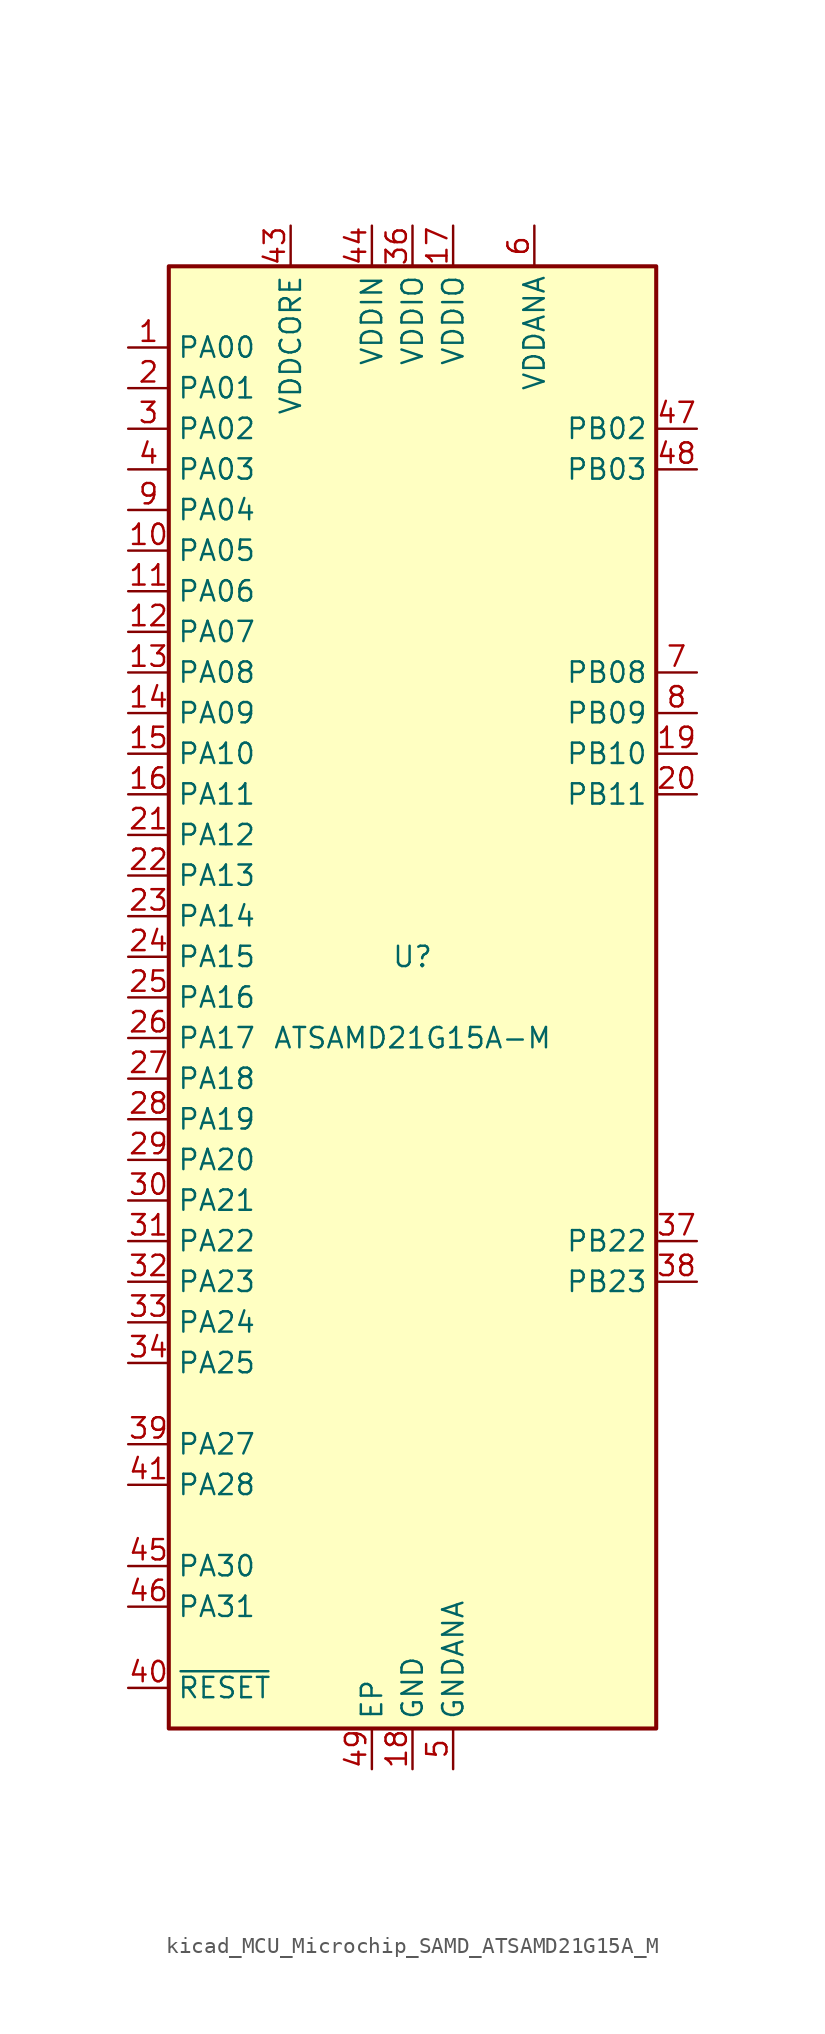
<source format=kicad_sym>
(kicad_symbol_lib
  (version 20220914)
  (generator kicad_symbol_editor)
  (symbol "kicad_MCU_Microchip_SAMD_ATSAMD21G15A_M"
    (property "Reference" "U"
      (at 0 2.54 0)
      (effects (font (size 1.27 1.27))))
    (property "Value" "ATSAMD21G15A-M"
      (at 0 -2.54 0)
      (effects (font (size 1.27 1.27))))
    (symbol "kicad_MCU_Microchip_SAMD_ATSAMD21G15A_M_0_1"
      (rectangle (start -15.24 45.72) (end 15.24 -45.72) (stroke (width 0.254) (type default)) (fill (type background))))
    (symbol "kicad_MCU_Microchip_SAMD_ATSAMD21G15A_M_1_1"
      (pin bidirectional line (at -17.78 40.64 0) (length 2.54) (name "PA00" (effects (font (size 1.27 1.27)))) (number "1" (effects (font (size 1.27 1.27)))))
      (pin bidirectional line (at -17.78 27.94 0) (length 2.54) (name "PA05" (effects (font (size 1.27 1.27)))) (number "10" (effects (font (size 1.27 1.27)))))
      (pin bidirectional line (at -17.78 25.4 0) (length 2.54) (name "PA06" (effects (font (size 1.27 1.27)))) (number "11" (effects (font (size 1.27 1.27)))))
      (pin bidirectional line (at -17.78 22.86 0) (length 2.54) (name "PA07" (effects (font (size 1.27 1.27)))) (number "12" (effects (font (size 1.27 1.27)))))
      (pin bidirectional line (at -17.78 20.32 0) (length 2.54) (name "PA08" (effects (font (size 1.27 1.27)))) (number "13" (effects (font (size 1.27 1.27)))))
      (pin bidirectional line (at -17.78 17.78 0) (length 2.54) (name "PA09" (effects (font (size 1.27 1.27)))) (number "14" (effects (font (size 1.27 1.27)))))
      (pin bidirectional line (at -17.78 15.24 0) (length 2.54) (name "PA10" (effects (font (size 1.27 1.27)))) (number "15" (effects (font (size 1.27 1.27)))))
      (pin bidirectional line (at -17.78 12.7 0) (length 2.54) (name "PA11" (effects (font (size 1.27 1.27)))) (number "16" (effects (font (size 1.27 1.27)))))
      (pin power_in line (at 2.54 48.26 270) (length 2.54) (name "VDDIO" (effects (font (size 1.27 1.27)))) (number "17" (effects (font (size 1.27 1.27)))))
      (pin power_in line (at 0 -48.26 90) (length 2.54) (name "GND" (effects (font (size 1.27 1.27)))) (number "18" (effects (font (size 1.27 1.27)))))
      (pin bidirectional line (at 17.78 15.24 180) (length 2.54) (name "PB10" (effects (font (size 1.27 1.27)))) (number "19" (effects (font (size 1.27 1.27)))))
      (pin bidirectional line (at -17.78 38.1 0) (length 2.54) (name "PA01" (effects (font (size 1.27 1.27)))) (number "2" (effects (font (size 1.27 1.27)))))
      (pin bidirectional line (at 17.78 12.7 180) (length 2.54) (name "PB11" (effects (font (size 1.27 1.27)))) (number "20" (effects (font (size 1.27 1.27)))))
      (pin bidirectional line (at -17.78 10.16 0) (length 2.54) (name "PA12" (effects (font (size 1.27 1.27)))) (number "21" (effects (font (size 1.27 1.27)))))
      (pin bidirectional line (at -17.78 7.62 0) (length 2.54) (name "PA13" (effects (font (size 1.27 1.27)))) (number "22" (effects (font (size 1.27 1.27)))))
      (pin bidirectional line (at -17.78 5.08 0) (length 2.54) (name "PA14" (effects (font (size 1.27 1.27)))) (number "23" (effects (font (size 1.27 1.27)))))
      (pin bidirectional line (at -17.78 2.54 0) (length 2.54) (name "PA15" (effects (font (size 1.27 1.27)))) (number "24" (effects (font (size 1.27 1.27)))))
      (pin bidirectional line (at -17.78 0 0) (length 2.54) (name "PA16" (effects (font (size 1.27 1.27)))) (number "25" (effects (font (size 1.27 1.27)))))
      (pin bidirectional line (at -17.78 -2.54 0) (length 2.54) (name "PA17" (effects (font (size 1.27 1.27)))) (number "26" (effects (font (size 1.27 1.27)))))
      (pin bidirectional line (at -17.78 -5.08 0) (length 2.54) (name "PA18" (effects (font (size 1.27 1.27)))) (number "27" (effects (font (size 1.27 1.27)))))
      (pin bidirectional line (at -17.78 -7.62 0) (length 2.54) (name "PA19" (effects (font (size 1.27 1.27)))) (number "28" (effects (font (size 1.27 1.27)))))
      (pin bidirectional line (at -17.78 -10.16 0) (length 2.54) (name "PA20" (effects (font (size 1.27 1.27)))) (number "29" (effects (font (size 1.27 1.27)))))
      (pin bidirectional line (at -17.78 35.56 0) (length 2.54) (name "PA02" (effects (font (size 1.27 1.27)))) (number "3" (effects (font (size 1.27 1.27)))))
      (pin bidirectional line (at -17.78 -12.7 0) (length 2.54) (name "PA21" (effects (font (size 1.27 1.27)))) (number "30" (effects (font (size 1.27 1.27)))))
      (pin bidirectional line (at -17.78 -15.24 0) (length 2.54) (name "PA22" (effects (font (size 1.27 1.27)))) (number "31" (effects (font (size 1.27 1.27)))))
      (pin bidirectional line (at -17.78 -17.78 0) (length 2.54) (name "PA23" (effects (font (size 1.27 1.27)))) (number "32" (effects (font (size 1.27 1.27)))))
      (pin bidirectional line (at -17.78 -20.32 0) (length 2.54) (name "PA24" (effects (font (size 1.27 1.27)))) (number "33" (effects (font (size 1.27 1.27)))))
      (pin bidirectional line (at -17.78 -22.86 0) (length 2.54) (name "PA25" (effects (font (size 1.27 1.27)))) (number "34" (effects (font (size 1.27 1.27)))))
      (pin passive line (at 0 -48.26 90) (length 2.54) hide (name "GND" (effects (font (size 1.27 1.27)))) (number "35" (effects (font (size 1.27 1.27)))))
      (pin power_in line (at 0 48.26 270) (length 2.54) (name "VDDIO" (effects (font (size 1.27 1.27)))) (number "36" (effects (font (size 1.27 1.27)))))
      (pin bidirectional line (at 17.78 -15.24 180) (length 2.54) (name "PB22" (effects (font (size 1.27 1.27)))) (number "37" (effects (font (size 1.27 1.27)))))
      (pin bidirectional line (at 17.78 -17.78 180) (length 2.54) (name "PB23" (effects (font (size 1.27 1.27)))) (number "38" (effects (font (size 1.27 1.27)))))
      (pin bidirectional line (at -17.78 -27.94 0) (length 2.54) (name "PA27" (effects (font (size 1.27 1.27)))) (number "39" (effects (font (size 1.27 1.27)))))
      (pin bidirectional line (at -17.78 33.02 0) (length 2.54) (name "PA03" (effects (font (size 1.27 1.27)))) (number "4" (effects (font (size 1.27 1.27)))))
      (pin input line (at -17.78 -43.18 0) (length 2.54) (name "~{RESET}" (effects (font (size 1.27 1.27)))) (number "40" (effects (font (size 1.27 1.27)))))
      (pin bidirectional line (at -17.78 -30.48 0) (length 2.54) (name "PA28" (effects (font (size 1.27 1.27)))) (number "41" (effects (font (size 1.27 1.27)))))
      (pin passive line (at 0 -48.26 90) (length 2.54) hide (name "GND" (effects (font (size 1.27 1.27)))) (number "42" (effects (font (size 1.27 1.27)))))
      (pin power_out line (at -7.62 48.26 270) (length 2.54) (name "VDDCORE" (effects (font (size 1.27 1.27)))) (number "43" (effects (font (size 1.27 1.27)))))
      (pin power_in line (at -2.54 48.26 270) (length 2.54) (name "VDDIN" (effects (font (size 1.27 1.27)))) (number "44" (effects (font (size 1.27 1.27)))))
      (pin bidirectional line (at -17.78 -35.56 0) (length 2.54) (name "PA30" (effects (font (size 1.27 1.27)))) (number "45" (effects (font (size 1.27 1.27)))))
      (pin bidirectional line (at -17.78 -38.1 0) (length 2.54) (name "PA31" (effects (font (size 1.27 1.27)))) (number "46" (effects (font (size 1.27 1.27)))))
      (pin bidirectional line (at 17.78 35.56 180) (length 2.54) (name "PB02" (effects (font (size 1.27 1.27)))) (number "47" (effects (font (size 1.27 1.27)))))
      (pin bidirectional line (at 17.78 33.02 180) (length 2.54) (name "PB03" (effects (font (size 1.27 1.27)))) (number "48" (effects (font (size 1.27 1.27)))))
      (pin passive line (at -2.54 -48.26 90) (length 2.54) (name "EP" (effects (font (size 1.27 1.27)))) (number "49" (effects (font (size 1.27 1.27)))))
      (pin power_in line (at 2.54 -48.26 90) (length 2.54) (name "GNDANA" (effects (font (size 1.27 1.27)))) (number "5" (effects (font (size 1.27 1.27)))))
      (pin power_in line (at 7.62 48.26 270) (length 2.54) (name "VDDANA" (effects (font (size 1.27 1.27)))) (number "6" (effects (font (size 1.27 1.27)))))
      (pin bidirectional line (at 17.78 20.32 180) (length 2.54) (name "PB08" (effects (font (size 1.27 1.27)))) (number "7" (effects (font (size 1.27 1.27)))))
      (pin bidirectional line (at 17.78 17.78 180) (length 2.54) (name "PB09" (effects (font (size 1.27 1.27)))) (number "8" (effects (font (size 1.27 1.27)))))
      (pin bidirectional line (at -17.78 30.48 0) (length 2.54) (name "PA04" (effects (font (size 1.27 1.27)))) (number "9" (effects (font (size 1.27 1.27))))))))
</source>
